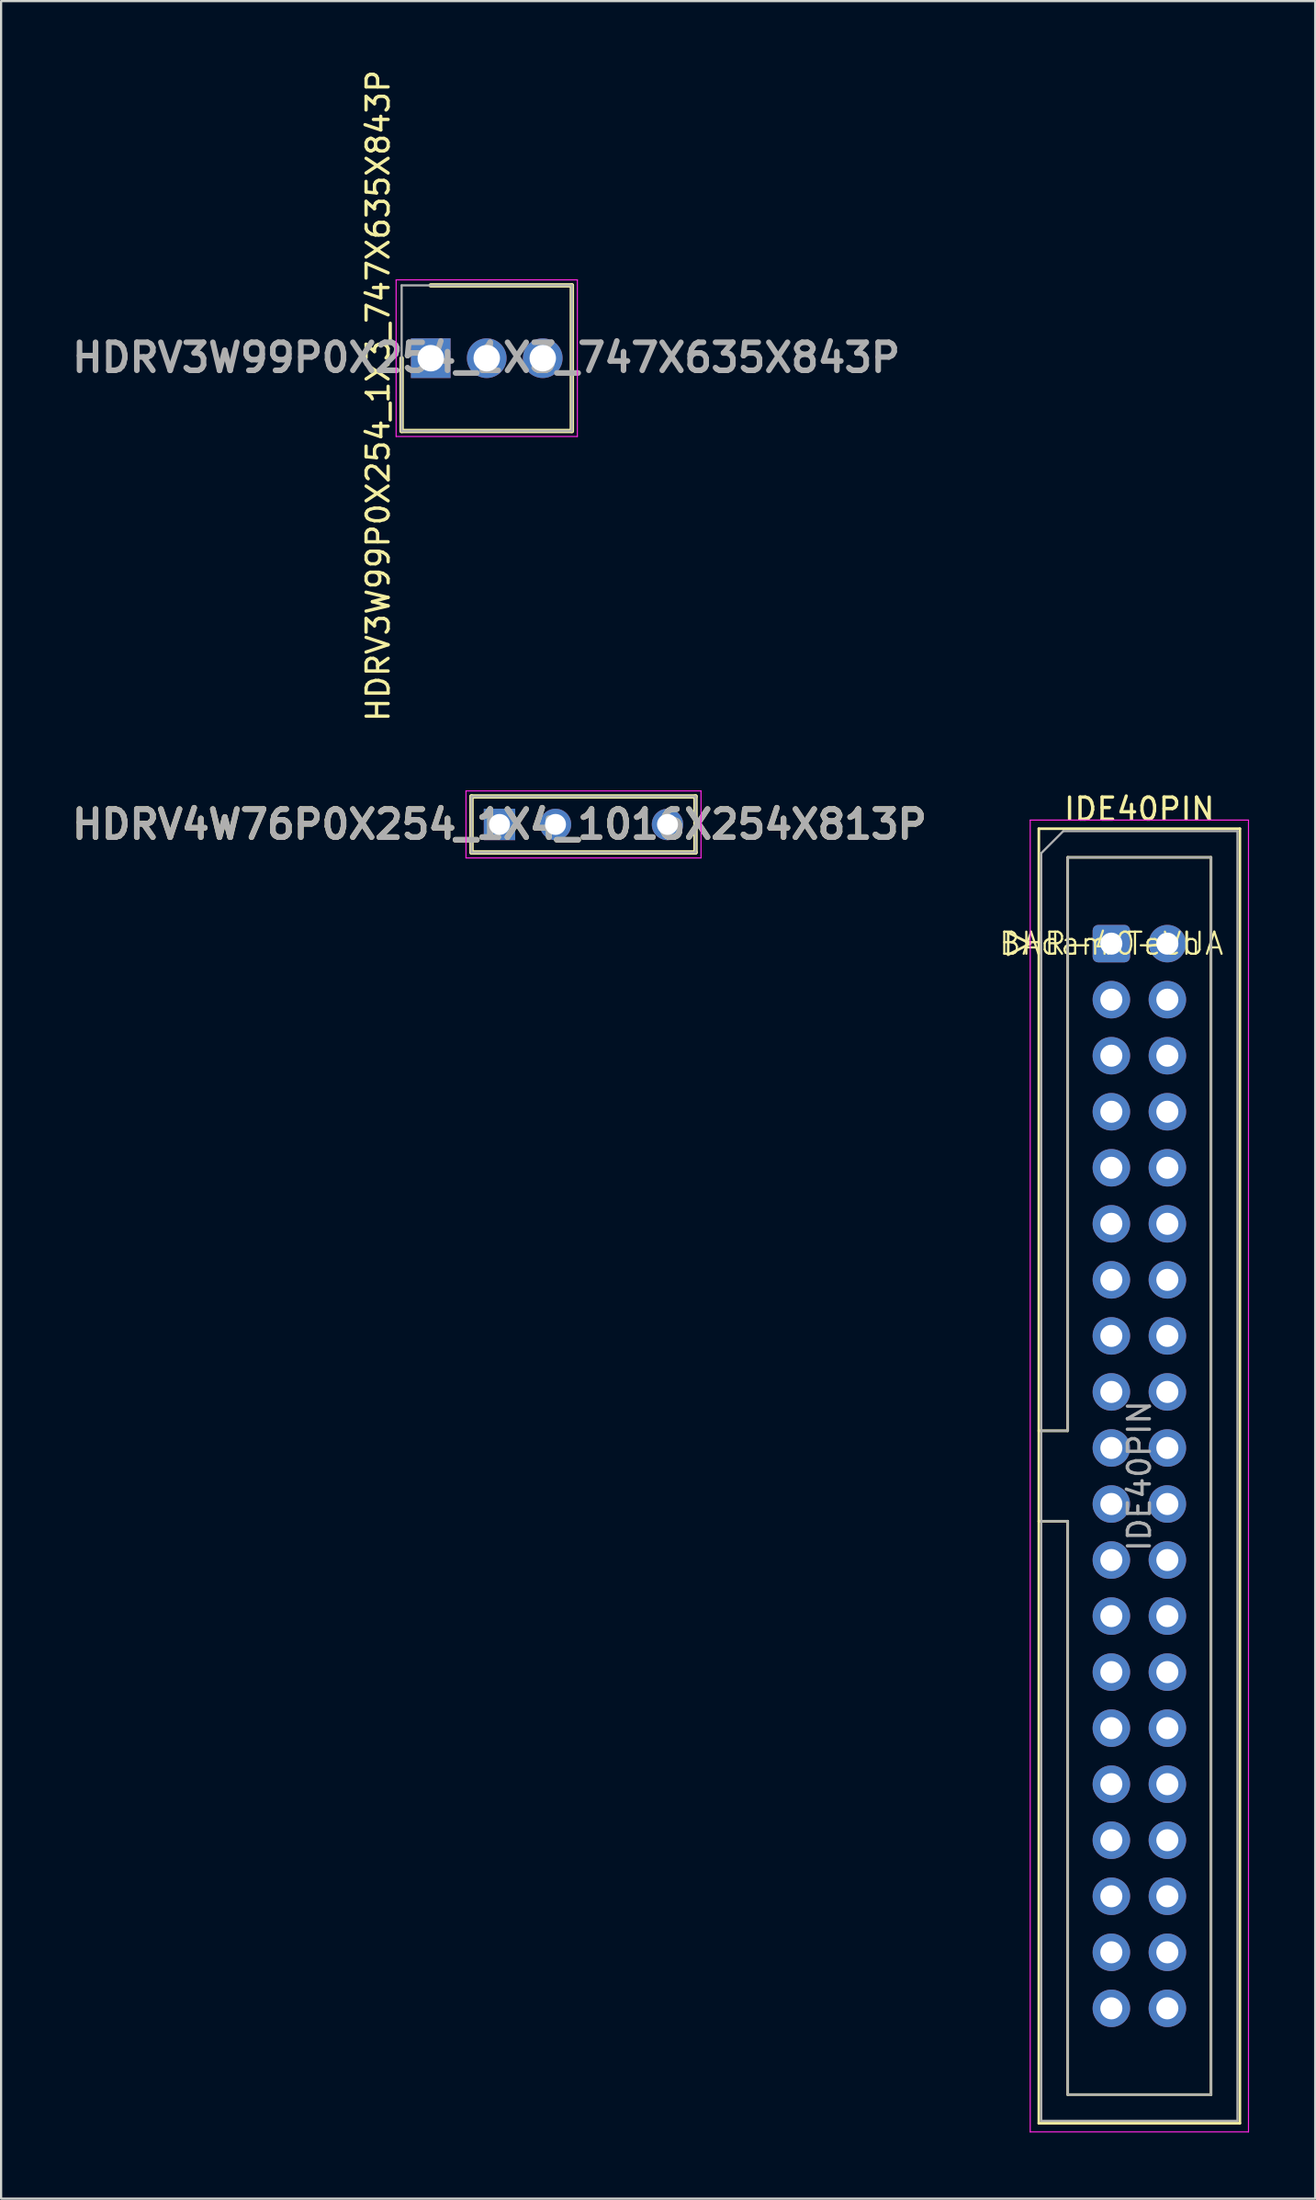
<source format=kicad_pcb>
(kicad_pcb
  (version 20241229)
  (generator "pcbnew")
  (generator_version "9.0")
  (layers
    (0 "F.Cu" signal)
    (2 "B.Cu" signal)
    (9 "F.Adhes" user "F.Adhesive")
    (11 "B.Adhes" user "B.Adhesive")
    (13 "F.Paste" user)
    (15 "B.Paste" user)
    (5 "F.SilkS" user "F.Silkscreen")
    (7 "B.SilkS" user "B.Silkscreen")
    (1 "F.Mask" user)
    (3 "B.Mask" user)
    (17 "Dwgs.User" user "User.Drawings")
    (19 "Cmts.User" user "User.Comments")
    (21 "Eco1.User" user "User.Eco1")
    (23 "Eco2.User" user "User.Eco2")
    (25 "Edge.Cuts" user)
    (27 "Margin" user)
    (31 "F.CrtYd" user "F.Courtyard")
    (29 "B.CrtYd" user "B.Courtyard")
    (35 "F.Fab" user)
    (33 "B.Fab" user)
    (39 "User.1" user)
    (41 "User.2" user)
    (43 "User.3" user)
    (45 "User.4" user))
  (footprint "HDRV3W99P0X254_1X3_747X635X843P"
    (layer "F.Cu")
    (at 16.487 13.185)
    (property "Reference" "HDRV3W99P0X254_1X3_747X635X843P" (at -2.388 1.702 270) (layer "F.SilkS") (effects (font (size 1 1) (thickness 0.15))))
    (attr through_hole)
    (fp_line (start -1.32 0) (end -1.32 3.3) (stroke (width 0.2) (type solid)) (layer "F.SilkS"))
    (fp_line (start -1.32 3.3) (end 6.4 3.3) (stroke (width 0.2) (type solid)) (layer "F.SilkS"))
    (fp_line (start 6.4 -3.3) (end 0 -3.3) (stroke (width 0.2) (type solid)) (layer "F.SilkS"))
    (fp_line (start 6.4 3.3) (end 6.4 -3.3) (stroke (width 0.2) (type solid)) (layer "F.SilkS"))
    (fp_line (start -1.57 -3.55) (end 6.65 -3.55) (stroke (width 0.05) (type solid)) (layer "F.CrtYd"))
    (fp_line (start -1.57 3.55) (end -1.57 -3.55) (stroke (width 0.05) (type solid)) (layer "F.CrtYd"))
    (fp_line (start 6.65 -3.55) (end 6.65 3.55) (stroke (width 0.05) (type solid)) (layer "F.CrtYd"))
    (fp_line (start 6.65 3.55) (end -1.57 3.55) (stroke (width 0.05) (type solid)) (layer "F.CrtYd"))
    (fp_line (start -1.32 -3.3) (end 6.4 -3.3) (stroke (width 0.1) (type solid)) (layer "F.Fab"))
    (fp_line (start -1.32 3.3) (end -1.32 -3.3) (stroke (width 0.1) (type solid)) (layer "F.Fab"))
    (fp_line (start 6.4 -3.3) (end 6.4 3.3) (stroke (width 0.1) (type solid)) (layer "F.Fab"))
    (fp_line (start 6.4 3.3) (end -1.32 3.3) (stroke (width 0.1) (type solid)) (layer "F.Fab"))
    (fp_text user "${REFERENCE}" (at 2.515 -0.025 0) (layer "F.Fab") (effects (font (size 1.27 1.27) (thickness 0.254))))
    (pad "1" thru_hole rect (at 0 0) (size 1.8 1.8) (drill 1.2) (layers "*.Cu" "*.Mask"))
    (pad "2" thru_hole circle (at 2.54 0) (size 1.8 1.8) (drill 1.2) (layers "*.Cu" "*.Mask"))
    (pad "3" thru_hole circle (at 5.08 0) (size 1.8 1.8) (drill 1.2) (layers "*.Cu" "*.Mask")))
  (footprint "IDE40PIN"
    (layer "F.Cu")
    (at 47.358 39.722)
    (property "Reference" "IDE40PIN" (at 1.27 -6.1 0) (layer "F.SilkS") (effects (font (size 1 1) (thickness 0.15))))
    (property "Manufacturer_Name" "Adam Tech" (at 0 0 0) (layer "F.SilkS") (effects (font (size 1 1) (thickness 0.1))))
    (property "Manufacturer_Part_Number" "BHR-40-VUA" (at 0 0 0) (layer "F.SilkS") (effects (font (size 1 1) (thickness 0.1))))
    (attr through_hole)
    (fp_line (start -4.68 -0.5) (end -4.68 0.5) (stroke (width 0.12) (type solid)) (layer "F.SilkS"))
    (fp_line (start -4.68 0.5) (end -3.68 0) (stroke (width 0.12) (type solid)) (layer "F.SilkS"))
    (fp_line (start -3.68 0) (end -4.68 -0.5) (stroke (width 0.12) (type solid)) (layer "F.SilkS"))
    (fp_line (start -3.29 -5.21) (end 5.83 -5.21) (stroke (width 0.12) (type solid)) (layer "F.SilkS"))
    (fp_line (start -3.29 22.08) (end -1.98 22.08) (stroke (width 0.12) (type solid)) (layer "F.SilkS"))
    (fp_line (start -3.29 53.47) (end -3.29 -5.21) (stroke (width 0.12) (type solid)) (layer "F.SilkS"))
    (fp_line (start -1.98 -3.91) (end 4.52 -3.91) (stroke (width 0.12) (type solid)) (layer "F.SilkS"))
    (fp_line (start -1.98 22.08) (end -1.98 -3.91) (stroke (width 0.12) (type solid)) (layer "F.SilkS"))
    (fp_line (start -1.98 26.18) (end -3.29 26.18) (stroke (width 0.12) (type solid)) (layer "F.SilkS"))
    (fp_line (start -1.98 26.18) (end -1.98 26.18) (stroke (width 0.12) (type solid)) (layer "F.SilkS"))
    (fp_line (start -1.98 52.17) (end -1.98 26.18) (stroke (width 0.12) (type solid)) (layer "F.SilkS"))
    (fp_line (start 4.52 -3.91) (end 4.52 52.17) (stroke (width 0.12) (type solid)) (layer "F.SilkS"))
    (fp_line (start 4.52 52.17) (end -1.98 52.17) (stroke (width 0.12) (type solid)) (layer "F.SilkS"))
    (fp_line (start 5.83 -5.21) (end 5.83 53.47) (stroke (width 0.12) (type solid)) (layer "F.SilkS"))
    (fp_line (start 5.83 53.47) (end -3.29 53.47) (stroke (width 0.12) (type solid)) (layer "F.SilkS"))
    (fp_line (start -3.68 -5.6) (end -3.68 53.86) (stroke (width 0.05) (type solid)) (layer "F.CrtYd"))
    (fp_line (start -3.68 53.86) (end 6.22 53.86) (stroke (width 0.05) (type solid)) (layer "F.CrtYd"))
    (fp_line (start 6.22 -5.6) (end -3.68 -5.6) (stroke (width 0.05) (type solid)) (layer "F.CrtYd"))
    (fp_line (start 6.22 53.86) (end 6.22 -5.6) (stroke (width 0.05) (type solid)) (layer "F.CrtYd"))
    (fp_line (start -3.18 -4.1) (end -2.18 -5.1) (stroke (width 0.1) (type solid)) (layer "F.Fab"))
    (fp_line (start -3.18 22.08) (end -1.98 22.08) (stroke (width 0.1) (type solid)) (layer "F.Fab"))
    (fp_line (start -3.18 53.36) (end -3.18 -4.1) (stroke (width 0.1) (type solid)) (layer "F.Fab"))
    (fp_line (start -2.18 -5.1) (end 5.72 -5.1) (stroke (width 0.1) (type solid)) (layer "F.Fab"))
    (fp_line (start -1.98 -3.91) (end 4.52 -3.91) (stroke (width 0.1) (type solid)) (layer "F.Fab"))
    (fp_line (start -1.98 22.08) (end -1.98 -3.91) (stroke (width 0.1) (type solid)) (layer "F.Fab"))
    (fp_line (start -1.98 26.18) (end -3.18 26.18) (stroke (width 0.1) (type solid)) (layer "F.Fab"))
    (fp_line (start -1.98 26.18) (end -1.98 26.18) (stroke (width 0.1) (type solid)) (layer "F.Fab"))
    (fp_line (start -1.98 52.17) (end -1.98 26.18) (stroke (width 0.1) (type solid)) (layer "F.Fab"))
    (fp_line (start 4.52 -3.91) (end 4.52 52.17) (stroke (width 0.1) (type solid)) (layer "F.Fab"))
    (fp_line (start 4.52 52.17) (end -1.98 52.17) (stroke (width 0.1) (type solid)) (layer "F.Fab"))
    (fp_line (start 5.72 -5.1) (end 5.72 53.36) (stroke (width 0.1) (type solid)) (layer "F.Fab"))
    (fp_line (start 5.72 53.36) (end -3.18 53.36) (stroke (width 0.1) (type solid)) (layer "F.Fab"))
    (fp_text user "${REFERENCE}" (at 1.27 24.13 90) (layer "F.Fab") (effects (font (size 1 1) (thickness 0.15))))
    (pad "1" thru_hole roundrect (at 0 0) (size 1.7 1.7) (drill 1) (layers "*.Cu" "*.Mask") (roundrect_rratio 0.147))
    (pad "2" thru_hole circle (at 2.54 0) (size 1.7 1.7) (drill 1) (layers "*.Cu" "*.Mask"))
    (pad "3" thru_hole circle (at 0 2.54) (size 1.7 1.7) (drill 1) (layers "*.Cu" "*.Mask"))
    (pad "4" thru_hole circle (at 2.54 2.54) (size 1.7 1.7) (drill 1) (layers "*.Cu" "*.Mask"))
    (pad "5" thru_hole circle (at 0 5.08) (size 1.7 1.7) (drill 1) (layers "*.Cu" "*.Mask"))
    (pad "6" thru_hole circle (at 2.54 5.08) (size 1.7 1.7) (drill 1) (layers "*.Cu" "*.Mask"))
    (pad "7" thru_hole circle (at 0 7.62) (size 1.7 1.7) (drill 1) (layers "*.Cu" "*.Mask"))
    (pad "8" thru_hole circle (at 2.54 7.62) (size 1.7 1.7) (drill 1) (layers "*.Cu" "*.Mask"))
    (pad "9" thru_hole circle (at 0 10.16) (size 1.7 1.7) (drill 1) (layers "*.Cu" "*.Mask"))
    (pad "10" thru_hole circle (at 2.54 10.16) (size 1.7 1.7) (drill 1) (layers "*.Cu" "*.Mask"))
    (pad "11" thru_hole circle (at 0 12.7) (size 1.7 1.7) (drill 1) (layers "*.Cu" "*.Mask"))
    (pad "12" thru_hole circle (at 2.54 12.7) (size 1.7 1.7) (drill 1) (layers "*.Cu" "*.Mask"))
    (pad "13" thru_hole circle (at 0 15.24) (size 1.7 1.7) (drill 1) (layers "*.Cu" "*.Mask"))
    (pad "14" thru_hole circle (at 2.54 15.24) (size 1.7 1.7) (drill 1) (layers "*.Cu" "*.Mask"))
    (pad "15" thru_hole circle (at 0 17.78) (size 1.7 1.7) (drill 1) (layers "*.Cu" "*.Mask"))
    (pad "16" thru_hole circle (at 2.54 17.78) (size 1.7 1.7) (drill 1) (layers "*.Cu" "*.Mask"))
    (pad "17" thru_hole circle (at 0 20.32) (size 1.7 1.7) (drill 1) (layers "*.Cu" "*.Mask"))
    (pad "18" thru_hole circle (at 2.54 20.32) (size 1.7 1.7) (drill 1) (layers "*.Cu" "*.Mask"))
    (pad "19" thru_hole circle (at 0 22.86) (size 1.7 1.7) (drill 1) (layers "*.Cu" "*.Mask"))
    (pad "20" thru_hole circle (at 2.54 22.86) (size 1.7 1.7) (drill 1) (layers "*.Cu" "*.Mask"))
    (pad "21" thru_hole circle (at 0 25.4) (size 1.7 1.7) (drill 1) (layers "*.Cu" "*.Mask"))
    (pad "22" thru_hole circle (at 2.54 25.4) (size 1.7 1.7) (drill 1) (layers "*.Cu" "*.Mask"))
    (pad "23" thru_hole circle (at 0 27.94) (size 1.7 1.7) (drill 1) (layers "*.Cu" "*.Mask"))
    (pad "24" thru_hole circle (at 2.54 27.94) (size 1.7 1.7) (drill 1) (layers "*.Cu" "*.Mask"))
    (pad "25" thru_hole circle (at 0 30.48) (size 1.7 1.7) (drill 1) (layers "*.Cu" "*.Mask"))
    (pad "26" thru_hole circle (at 2.54 30.48) (size 1.7 1.7) (drill 1) (layers "*.Cu" "*.Mask"))
    (pad "27" thru_hole circle (at 0 33.02) (size 1.7 1.7) (drill 1) (layers "*.Cu" "*.Mask"))
    (pad "28" thru_hole circle (at 2.54 33.02) (size 1.7 1.7) (drill 1) (layers "*.Cu" "*.Mask"))
    (pad "29" thru_hole circle (at 0 35.56) (size 1.7 1.7) (drill 1) (layers "*.Cu" "*.Mask"))
    (pad "30" thru_hole circle (at 2.54 35.56) (size 1.7 1.7) (drill 1) (layers "*.Cu" "*.Mask"))
    (pad "31" thru_hole circle (at 0 38.1) (size 1.7 1.7) (drill 1) (layers "*.Cu" "*.Mask"))
    (pad "32" thru_hole circle (at 2.54 38.1) (size 1.7 1.7) (drill 1) (layers "*.Cu" "*.Mask"))
    (pad "33" thru_hole circle (at 0 40.64) (size 1.7 1.7) (drill 1) (layers "*.Cu" "*.Mask"))
    (pad "34" thru_hole circle (at 2.54 40.64) (size 1.7 1.7) (drill 1) (layers "*.Cu" "*.Mask"))
    (pad "35" thru_hole circle (at 0 43.18) (size 1.7 1.7) (drill 1) (layers "*.Cu" "*.Mask"))
    (pad "36" thru_hole circle (at 2.54 43.18) (size 1.7 1.7) (drill 1) (layers "*.Cu" "*.Mask"))
    (pad "37" thru_hole circle (at 0 45.72) (size 1.7 1.7) (drill 1) (layers "*.Cu" "*.Mask"))
    (pad "38" thru_hole circle (at 2.54 45.72) (size 1.7 1.7) (drill 1) (layers "*.Cu" "*.Mask"))
    (pad "39" thru_hole circle (at 0 48.26) (size 1.7 1.7) (drill 1) (layers "*.Cu" "*.Mask"))
    (pad "40" thru_hole circle (at 2.54 48.26) (size 1.7 1.7) (drill 1) (layers "*.Cu" "*.Mask")))
  (footprint "HDRV4W76P0X254_1X4_1016X254X813P"
    (layer "F.Cu")
    (at 19.606 34.319)
    (property "Reference" "HDRV4W76P0X254_1X4_1016X254X813P" (at 0 0 0) (layer "F.SilkS") (effects (font (size 1.27 1.27) (thickness 0.254))))
    (attr through_hole)
    (fp_line (start -1.27 -1.27) (end -1.27 1.27) (stroke (width 0.2) (type solid)) (layer "F.SilkS"))
    (fp_line (start -1.27 1.27) (end 8.89 1.27) (stroke (width 0.2) (type solid)) (layer "F.SilkS"))
    (fp_line (start 8.89 -1.27) (end -1.27 -1.27) (stroke (width 0.2) (type solid)) (layer "F.SilkS"))
    (fp_line (start 8.89 1.27) (end 8.89 -1.27) (stroke (width 0.2) (type solid)) (layer "F.SilkS"))
    (fp_line (start -1.52 -1.52) (end 9.14 -1.52) (stroke (width 0.05) (type solid)) (layer "F.CrtYd"))
    (fp_line (start -1.52 1.52) (end -1.52 -1.52) (stroke (width 0.05) (type solid)) (layer "F.CrtYd"))
    (fp_line (start 9.14 -1.52) (end 9.14 1.52) (stroke (width 0.05) (type solid)) (layer "F.CrtYd"))
    (fp_line (start 9.14 1.52) (end -1.52 1.52) (stroke (width 0.05) (type solid)) (layer "F.CrtYd"))
    (fp_line (start -1.27 -1.27) (end 8.89 -1.27) (stroke (width 0.1) (type solid)) (layer "F.Fab"))
    (fp_line (start -1.27 1.27) (end -1.27 -1.27) (stroke (width 0.1) (type solid)) (layer "F.Fab"))
    (fp_line (start 8.89 -1.27) (end 8.89 1.27) (stroke (width 0.1) (type solid)) (layer "F.Fab"))
    (fp_line (start 8.89 1.27) (end -1.27 1.27) (stroke (width 0.1) (type solid)) (layer "F.Fab"))
    (fp_text user "${REFERENCE}" (at 0 0 0) (layer "F.Fab") (effects (font (size 1.27 1.27) (thickness 0.254))))
    (pad "1" thru_hole rect (at 0 0) (size 1.425 1.425) (drill 0.95) (layers "*.Cu" "*.Mask"))
    (pad "2" thru_hole circle (at 2.54 0) (size 1.425 1.425) (drill 0.95) (layers "*.Cu" "*.Mask"))
    (pad "4" thru_hole circle (at 7.62 0) (size 1.425 1.425) (drill 0.95) (layers "*.Cu" "*.Mask")))
  (gr_rect
    (start -3 -3)
    (end 56.603 96.607)
    (stroke (width 0.1) (type default))
    (fill no)
    (layer "Edge.Cuts")))
</source>
